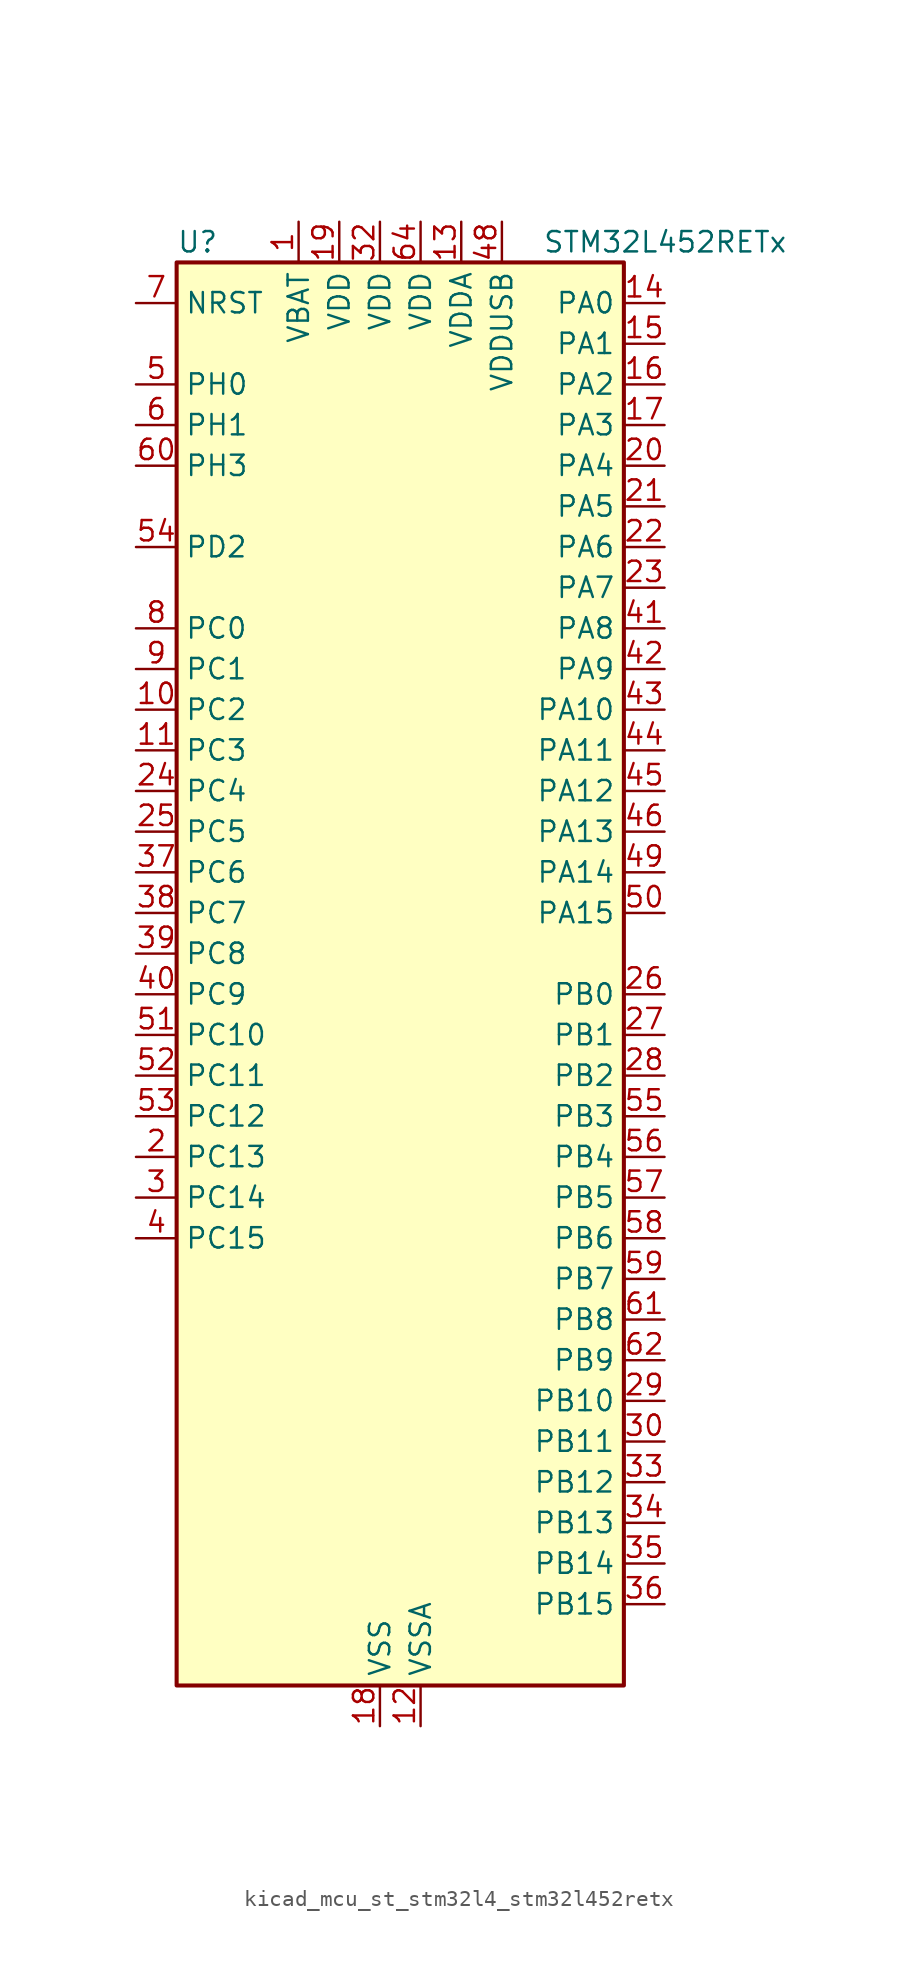
<source format=kicad_sym>
(kicad_symbol_lib
  (version 20220914)
  (generator kicad_symbol_editor)
  (symbol "kicad_mcu_st_stm32l4_stm32l452retx"
    (property "Reference" "U"
      (at -12.7 46.99 0)
      (effects (font (size 1.27 1.27)) (justify left)))
    (property "Value" "STM32L452RETx"
      (at 10.16 46.99 0)
      (effects (font (size 1.27 1.27)) (justify left)))
    (property "ki_locked" ""
      (at 0 0 0)
      (effects (font (size 1.27 1.27))))
    (symbol "kicad_mcu_st_stm32l4_stm32l452retx_0_1"
      (rectangle (start -12.7 -43.18) (end 15.24 45.72) (stroke (width 0.254) (type default)) (fill (type background))))
    (symbol "kicad_mcu_st_stm32l4_stm32l452retx_1_1"
      (pin power_in line (at -5.08 48.26 270) (length 2.54) (name "VBAT" (effects (font (size 1.27 1.27)))) (number "1" (effects (font (size 1.27 1.27)))))
      (pin bidirectional line (at -15.24 17.78 0) (length 2.54) (name "PC2" (effects (font (size 1.27 1.27)))) (number "10" (effects (font (size 1.27 1.27)))) (alternate "ADC1_IN3" bidirectional line) (alternate "DFSDM1_CKOUT" bidirectional line) (alternate "LPTIM1_IN2" bidirectional line) (alternate "SPI2_MISO" bidirectional line))
      (pin bidirectional line (at -15.24 15.24 0) (length 2.54) (name "PC3" (effects (font (size 1.27 1.27)))) (number "11" (effects (font (size 1.27 1.27)))) (alternate "ADC1_IN4" bidirectional line) (alternate "LPTIM1_ETR" bidirectional line) (alternate "LPTIM2_ETR" bidirectional line) (alternate "SAI1_SD_A" bidirectional line) (alternate "SPI2_MOSI" bidirectional line))
      (pin power_in line (at 2.54 -45.72 90) (length 2.54) (name "VSSA" (effects (font (size 1.27 1.27)))) (number "12" (effects (font (size 1.27 1.27)))))
      (pin power_in line (at 5.08 48.26 270) (length 2.54) (name "VDDA" (effects (font (size 1.27 1.27)))) (number "13" (effects (font (size 1.27 1.27)))))
      (pin bidirectional line (at 17.78 43.18 180) (length 2.54) (name "PA0" (effects (font (size 1.27 1.27)))) (number "14" (effects (font (size 1.27 1.27)))) (alternate "ADC1_IN5" bidirectional line) (alternate "COMP1_INM" bidirectional line) (alternate "COMP1_OUT" bidirectional line) (alternate "OPAMP1_VINP" bidirectional line) (alternate "RTC_TAMP2" bidirectional line) (alternate "SAI1_EXTCLK" bidirectional line) (alternate "SYS_WKUP1" bidirectional line) (alternate "TIM2_CH1" bidirectional line) (alternate "TIM2_ETR" bidirectional line) (alternate "UART4_TX" bidirectional line) (alternate "USART2_CTS" bidirectional line))
      (pin bidirectional line (at 17.78 40.64 180) (length 2.54) (name "PA1" (effects (font (size 1.27 1.27)))) (number "15" (effects (font (size 1.27 1.27)))) (alternate "ADC1_IN6" bidirectional line) (alternate "COMP1_INP" bidirectional line) (alternate "I2C1_SMBA" bidirectional line) (alternate "OPAMP1_VINM" bidirectional line) (alternate "SPI1_SCK" bidirectional line) (alternate "TIM15_CH1N" bidirectional line) (alternate "TIM2_CH2" bidirectional line) (alternate "UART4_RX" bidirectional line) (alternate "USART2_DE" bidirectional line) (alternate "USART2_RTS" bidirectional line))
      (pin bidirectional line (at 17.78 38.1 180) (length 2.54) (name "PA2" (effects (font (size 1.27 1.27)))) (number "16" (effects (font (size 1.27 1.27)))) (alternate "ADC1_IN7" bidirectional line) (alternate "COMP2_INM" bidirectional line) (alternate "COMP2_OUT" bidirectional line) (alternate "LPUART1_TX" bidirectional line) (alternate "QUADSPI_BK1_NCS" bidirectional line) (alternate "RCC_LSCO" bidirectional line) (alternate "SYS_WKUP4" bidirectional line) (alternate "TIM15_CH1" bidirectional line) (alternate "TIM2_CH3" bidirectional line) (alternate "USART2_TX" bidirectional line))
      (pin bidirectional line (at 17.78 35.56 180) (length 2.54) (name "PA3" (effects (font (size 1.27 1.27)))) (number "17" (effects (font (size 1.27 1.27)))) (alternate "ADC1_IN8" bidirectional line) (alternate "COMP2_INP" bidirectional line) (alternate "LPUART1_RX" bidirectional line) (alternate "OPAMP1_VOUT" bidirectional line) (alternate "QUADSPI_CLK" bidirectional line) (alternate "SAI1_MCLK_A" bidirectional line) (alternate "TIM15_CH2" bidirectional line) (alternate "TIM2_CH4" bidirectional line) (alternate "USART2_RX" bidirectional line))
      (pin power_in line (at 0 -45.72 90) (length 2.54) (name "VSS" (effects (font (size 1.27 1.27)))) (number "18" (effects (font (size 1.27 1.27)))))
      (pin power_in line (at -2.54 48.26 270) (length 2.54) (name "VDD" (effects (font (size 1.27 1.27)))) (number "19" (effects (font (size 1.27 1.27)))))
      (pin bidirectional line (at -15.24 -10.16 0) (length 2.54) (name "PC13" (effects (font (size 1.27 1.27)))) (number "2" (effects (font (size 1.27 1.27)))) (alternate "RTC_OUT_ALARM" bidirectional line) (alternate "RTC_OUT_CALIB" bidirectional line) (alternate "RTC_TAMP1" bidirectional line) (alternate "RTC_TS" bidirectional line) (alternate "SYS_WKUP2" bidirectional line))
      (pin bidirectional line (at 17.78 33.02 180) (length 2.54) (name "PA4" (effects (font (size 1.27 1.27)))) (number "20" (effects (font (size 1.27 1.27)))) (alternate "ADC1_IN9" bidirectional line) (alternate "COMP1_INM" bidirectional line) (alternate "COMP2_INM" bidirectional line) (alternate "DAC1_OUT1" bidirectional line) (alternate "LPTIM2_OUT" bidirectional line) (alternate "SAI1_FS_B" bidirectional line) (alternate "SPI1_NSS" bidirectional line) (alternate "SPI3_NSS" bidirectional line) (alternate "USART2_CK" bidirectional line))
      (pin bidirectional line (at 17.78 30.48 180) (length 2.54) (name "PA5" (effects (font (size 1.27 1.27)))) (number "21" (effects (font (size 1.27 1.27)))) (alternate "ADC1_IN10" bidirectional line) (alternate "COMP1_INM" bidirectional line) (alternate "COMP2_INM" bidirectional line) (alternate "DFSDM1_CKOUT" bidirectional line) (alternate "LPTIM2_ETR" bidirectional line) (alternate "SPI1_SCK" bidirectional line) (alternate "TIM2_CH1" bidirectional line) (alternate "TIM2_ETR" bidirectional line))
      (pin bidirectional line (at 17.78 27.94 180) (length 2.54) (name "PA6" (effects (font (size 1.27 1.27)))) (number "22" (effects (font (size 1.27 1.27)))) (alternate "ADC1_IN11" bidirectional line) (alternate "COMP1_OUT" bidirectional line) (alternate "LPUART1_CTS" bidirectional line) (alternate "QUADSPI_BK1_IO3" bidirectional line) (alternate "SPI1_MISO" bidirectional line) (alternate "TIM16_CH1" bidirectional line) (alternate "TIM1_BKIN" bidirectional line) (alternate "TIM1_BKIN_COMP2" bidirectional line) (alternate "TIM3_CH1" bidirectional line) (alternate "USART3_CTS" bidirectional line))
      (pin bidirectional line (at 17.78 25.4 180) (length 2.54) (name "PA7" (effects (font (size 1.27 1.27)))) (number "23" (effects (font (size 1.27 1.27)))) (alternate "ADC1_IN12" bidirectional line) (alternate "COMP2_OUT" bidirectional line) (alternate "DFSDM1_DATIN0" bidirectional line) (alternate "I2C3_SCL" bidirectional line) (alternate "QUADSPI_BK1_IO2" bidirectional line) (alternate "SPI1_MOSI" bidirectional line) (alternate "TIM1_CH1N" bidirectional line) (alternate "TIM3_CH2" bidirectional line))
      (pin bidirectional line (at -15.24 12.7 0) (length 2.54) (name "PC4" (effects (font (size 1.27 1.27)))) (number "24" (effects (font (size 1.27 1.27)))) (alternate "ADC1_IN13" bidirectional line) (alternate "COMP1_INM" bidirectional line) (alternate "USART3_TX" bidirectional line))
      (pin bidirectional line (at -15.24 10.16 0) (length 2.54) (name "PC5" (effects (font (size 1.27 1.27)))) (number "25" (effects (font (size 1.27 1.27)))) (alternate "ADC1_IN14" bidirectional line) (alternate "COMP1_INP" bidirectional line) (alternate "SYS_WKUP5" bidirectional line) (alternate "USART3_RX" bidirectional line))
      (pin bidirectional line (at 17.78 0 180) (length 2.54) (name "PB0" (effects (font (size 1.27 1.27)))) (number "26" (effects (font (size 1.27 1.27)))) (alternate "ADC1_IN15" bidirectional line) (alternate "COMP1_OUT" bidirectional line) (alternate "DFSDM1_CKIN0" bidirectional line) (alternate "QUADSPI_BK1_IO1" bidirectional line) (alternate "SAI1_EXTCLK" bidirectional line) (alternate "SPI1_NSS" bidirectional line) (alternate "TIM1_CH2N" bidirectional line) (alternate "TIM3_CH3" bidirectional line) (alternate "USART3_CK" bidirectional line))
      (pin bidirectional line (at 17.78 -2.54 180) (length 2.54) (name "PB1" (effects (font (size 1.27 1.27)))) (number "27" (effects (font (size 1.27 1.27)))) (alternate "ADC1_IN16" bidirectional line) (alternate "COMP1_INM" bidirectional line) (alternate "DFSDM1_DATIN0" bidirectional line) (alternate "LPTIM2_IN1" bidirectional line) (alternate "LPUART1_DE" bidirectional line) (alternate "LPUART1_RTS" bidirectional line) (alternate "QUADSPI_BK1_IO0" bidirectional line) (alternate "TIM1_CH3N" bidirectional line) (alternate "TIM3_CH4" bidirectional line) (alternate "USART3_DE" bidirectional line) (alternate "USART3_RTS" bidirectional line))
      (pin bidirectional line (at 17.78 -5.08 180) (length 2.54) (name "PB2" (effects (font (size 1.27 1.27)))) (number "28" (effects (font (size 1.27 1.27)))) (alternate "COMP1_INP" bidirectional line) (alternate "DFSDM1_CKIN0" bidirectional line) (alternate "I2C3_SMBA" bidirectional line) (alternate "LPTIM1_OUT" bidirectional line) (alternate "RTC_OUT_ALARM" bidirectional line) (alternate "RTC_OUT_CALIB" bidirectional line))
      (pin bidirectional line (at 17.78 -25.4 180) (length 2.54) (name "PB10" (effects (font (size 1.27 1.27)))) (number "29" (effects (font (size 1.27 1.27)))) (alternate "COMP1_OUT" bidirectional line) (alternate "I2C2_SCL" bidirectional line) (alternate "I2C4_SCL" bidirectional line) (alternate "LPUART1_RX" bidirectional line) (alternate "QUADSPI_CLK" bidirectional line) (alternate "SAI1_SCK_A" bidirectional line) (alternate "SPI2_SCK" bidirectional line) (alternate "TIM2_CH3" bidirectional line) (alternate "TSC_SYNC" bidirectional line) (alternate "USART3_TX" bidirectional line))
      (pin bidirectional line (at -15.24 -12.7 0) (length 2.54) (name "PC14" (effects (font (size 1.27 1.27)))) (number "3" (effects (font (size 1.27 1.27)))) (alternate "RCC_OSC32_IN" bidirectional line))
      (pin bidirectional line (at 17.78 -27.94 180) (length 2.54) (name "PB11" (effects (font (size 1.27 1.27)))) (number "30" (effects (font (size 1.27 1.27)))) (alternate "ADC1_EXTI11" bidirectional line) (alternate "COMP2_OUT" bidirectional line) (alternate "I2C2_SDA" bidirectional line) (alternate "I2C4_SDA" bidirectional line) (alternate "LPUART1_TX" bidirectional line) (alternate "QUADSPI_BK1_NCS" bidirectional line) (alternate "TIM2_CH4" bidirectional line) (alternate "USART3_RX" bidirectional line))
      (pin passive line (at 0 -45.72 90) (length 2.54) hide (name "VSS" (effects (font (size 1.27 1.27)))) (number "31" (effects (font (size 1.27 1.27)))))
      (pin power_in line (at 0 48.26 270) (length 2.54) (name "VDD" (effects (font (size 1.27 1.27)))) (number "32" (effects (font (size 1.27 1.27)))))
      (pin bidirectional line (at 17.78 -30.48 180) (length 2.54) (name "PB12" (effects (font (size 1.27 1.27)))) (number "33" (effects (font (size 1.27 1.27)))) (alternate "CAN1_RX" bidirectional line) (alternate "DFSDM1_DATIN1" bidirectional line) (alternate "I2C2_SMBA" bidirectional line) (alternate "LPUART1_DE" bidirectional line) (alternate "LPUART1_RTS" bidirectional line) (alternate "SAI1_FS_A" bidirectional line) (alternate "SPI2_NSS" bidirectional line) (alternate "TIM15_BKIN" bidirectional line) (alternate "TIM1_BKIN" bidirectional line) (alternate "TIM1_BKIN_COMP2" bidirectional line) (alternate "TSC_G1_IO1" bidirectional line) (alternate "USART3_CK" bidirectional line))
      (pin bidirectional line (at 17.78 -33.02 180) (length 2.54) (name "PB13" (effects (font (size 1.27 1.27)))) (number "34" (effects (font (size 1.27 1.27)))) (alternate "CAN1_TX" bidirectional line) (alternate "DFSDM1_CKIN1" bidirectional line) (alternate "I2C2_SCL" bidirectional line) (alternate "LPUART1_CTS" bidirectional line) (alternate "SAI1_SCK_A" bidirectional line) (alternate "SPI2_SCK" bidirectional line) (alternate "TIM15_CH1N" bidirectional line) (alternate "TIM1_CH1N" bidirectional line) (alternate "TSC_G1_IO2" bidirectional line) (alternate "USART3_CTS" bidirectional line))
      (pin bidirectional line (at 17.78 -35.56 180) (length 2.54) (name "PB14" (effects (font (size 1.27 1.27)))) (number "35" (effects (font (size 1.27 1.27)))) (alternate "DFSDM1_DATIN2" bidirectional line) (alternate "I2C2_SDA" bidirectional line) (alternate "SAI1_MCLK_A" bidirectional line) (alternate "SPI2_MISO" bidirectional line) (alternate "TIM15_CH1" bidirectional line) (alternate "TIM1_CH2N" bidirectional line) (alternate "TSC_G1_IO3" bidirectional line) (alternate "USART3_DE" bidirectional line) (alternate "USART3_RTS" bidirectional line))
      (pin bidirectional line (at 17.78 -38.1 180) (length 2.54) (name "PB15" (effects (font (size 1.27 1.27)))) (number "36" (effects (font (size 1.27 1.27)))) (alternate "ADC1_EXTI15" bidirectional line) (alternate "DFSDM1_CKIN2" bidirectional line) (alternate "RTC_REFIN" bidirectional line) (alternate "SAI1_SD_A" bidirectional line) (alternate "SPI2_MOSI" bidirectional line) (alternate "TIM15_CH2" bidirectional line) (alternate "TIM1_CH3N" bidirectional line) (alternate "TSC_G1_IO4" bidirectional line))
      (pin bidirectional line (at -15.24 7.62 0) (length 2.54) (name "PC6" (effects (font (size 1.27 1.27)))) (number "37" (effects (font (size 1.27 1.27)))) (alternate "DFSDM1_CKIN3" bidirectional line) (alternate "SDMMC1_D6" bidirectional line) (alternate "TIM3_CH1" bidirectional line) (alternate "TSC_G4_IO1" bidirectional line))
      (pin bidirectional line (at -15.24 5.08 0) (length 2.54) (name "PC7" (effects (font (size 1.27 1.27)))) (number "38" (effects (font (size 1.27 1.27)))) (alternate "DFSDM1_DATIN3" bidirectional line) (alternate "SDMMC1_D7" bidirectional line) (alternate "TIM3_CH2" bidirectional line) (alternate "TSC_G4_IO2" bidirectional line))
      (pin bidirectional line (at -15.24 2.54 0) (length 2.54) (name "PC8" (effects (font (size 1.27 1.27)))) (number "39" (effects (font (size 1.27 1.27)))) (alternate "SDMMC1_D0" bidirectional line) (alternate "TIM3_CH3" bidirectional line) (alternate "TSC_G4_IO3" bidirectional line))
      (pin bidirectional line (at -15.24 -15.24 0) (length 2.54) (name "PC15" (effects (font (size 1.27 1.27)))) (number "4" (effects (font (size 1.27 1.27)))) (alternate "ADC1_EXTI15" bidirectional line) (alternate "RCC_OSC32_OUT" bidirectional line))
      (pin bidirectional line (at -15.24 0 0) (length 2.54) (name "PC9" (effects (font (size 1.27 1.27)))) (number "40" (effects (font (size 1.27 1.27)))) (alternate "DAC1_EXTI9" bidirectional line) (alternate "SDMMC1_D1" bidirectional line) (alternate "TIM3_CH4" bidirectional line) (alternate "TSC_G4_IO4" bidirectional line) (alternate "USB_NOE" bidirectional line))
      (pin bidirectional line (at 17.78 22.86 180) (length 2.54) (name "PA8" (effects (font (size 1.27 1.27)))) (number "41" (effects (font (size 1.27 1.27)))) (alternate "DFSDM1_CKIN1" bidirectional line) (alternate "LPTIM2_OUT" bidirectional line) (alternate "RCC_MCO" bidirectional line) (alternate "SAI1_SCK_A" bidirectional line) (alternate "TIM1_CH1" bidirectional line) (alternate "USART1_CK" bidirectional line))
      (pin bidirectional line (at 17.78 20.32 180) (length 2.54) (name "PA9" (effects (font (size 1.27 1.27)))) (number "42" (effects (font (size 1.27 1.27)))) (alternate "DAC1_EXTI9" bidirectional line) (alternate "DFSDM1_DATIN1" bidirectional line) (alternate "I2C1_SCL" bidirectional line) (alternate "SAI1_FS_A" bidirectional line) (alternate "TIM15_BKIN" bidirectional line) (alternate "TIM1_CH2" bidirectional line) (alternate "USART1_TX" bidirectional line))
      (pin bidirectional line (at 17.78 17.78 180) (length 2.54) (name "PA10" (effects (font (size 1.27 1.27)))) (number "43" (effects (font (size 1.27 1.27)))) (alternate "CRS_SYNC" bidirectional line) (alternate "I2C1_SDA" bidirectional line) (alternate "SAI1_SD_A" bidirectional line) (alternate "TIM1_CH3" bidirectional line) (alternate "USART1_RX" bidirectional line))
      (pin bidirectional line (at 17.78 15.24 180) (length 2.54) (name "PA11" (effects (font (size 1.27 1.27)))) (number "44" (effects (font (size 1.27 1.27)))) (alternate "ADC1_EXTI11" bidirectional line) (alternate "CAN1_RX" bidirectional line) (alternate "COMP1_OUT" bidirectional line) (alternate "SPI1_MISO" bidirectional line) (alternate "TIM1_BKIN2" bidirectional line) (alternate "TIM1_BKIN2_COMP1" bidirectional line) (alternate "TIM1_CH4" bidirectional line) (alternate "USART1_CTS" bidirectional line) (alternate "USB_DM" bidirectional line))
      (pin bidirectional line (at 17.78 12.7 180) (length 2.54) (name "PA12" (effects (font (size 1.27 1.27)))) (number "45" (effects (font (size 1.27 1.27)))) (alternate "CAN1_TX" bidirectional line) (alternate "SPI1_MOSI" bidirectional line) (alternate "TIM1_ETR" bidirectional line) (alternate "USART1_DE" bidirectional line) (alternate "USART1_RTS" bidirectional line) (alternate "USB_DP" bidirectional line))
      (pin bidirectional line (at 17.78 10.16 180) (length 2.54) (name "PA13" (effects (font (size 1.27 1.27)))) (number "46" (effects (font (size 1.27 1.27)))) (alternate "IR_OUT" bidirectional line) (alternate "SAI1_SD_B" bidirectional line) (alternate "SYS_JTMS-SWDIO" bidirectional line) (alternate "USB_NOE" bidirectional line))
      (pin passive line (at 0 -45.72 90) (length 2.54) hide (name "VSS" (effects (font (size 1.27 1.27)))) (number "47" (effects (font (size 1.27 1.27)))))
      (pin power_in line (at 7.62 48.26 270) (length 2.54) (name "VDDUSB" (effects (font (size 1.27 1.27)))) (number "48" (effects (font (size 1.27 1.27)))))
      (pin bidirectional line (at 17.78 7.62 180) (length 2.54) (name "PA14" (effects (font (size 1.27 1.27)))) (number "49" (effects (font (size 1.27 1.27)))) (alternate "I2C1_SMBA" bidirectional line) (alternate "I2C4_SMBA" bidirectional line) (alternate "LPTIM1_OUT" bidirectional line) (alternate "SAI1_FS_B" bidirectional line) (alternate "SYS_JTCK-SWCLK" bidirectional line))
      (pin bidirectional line (at -15.24 38.1 0) (length 2.54) (name "PH0" (effects (font (size 1.27 1.27)))) (number "5" (effects (font (size 1.27 1.27)))) (alternate "RCC_OSC_IN" bidirectional line))
      (pin bidirectional line (at 17.78 5.08 180) (length 2.54) (name "PA15" (effects (font (size 1.27 1.27)))) (number "50" (effects (font (size 1.27 1.27)))) (alternate "ADC1_EXTI15" bidirectional line) (alternate "SPI1_NSS" bidirectional line) (alternate "SPI3_NSS" bidirectional line) (alternate "SYS_JTDI" bidirectional line) (alternate "TIM2_CH1" bidirectional line) (alternate "TIM2_ETR" bidirectional line) (alternate "TSC_G3_IO1" bidirectional line) (alternate "UART4_DE" bidirectional line) (alternate "UART4_RTS" bidirectional line) (alternate "USART2_RX" bidirectional line) (alternate "USART3_DE" bidirectional line) (alternate "USART3_RTS" bidirectional line))
      (pin bidirectional line (at -15.24 -2.54 0) (length 2.54) (name "PC10" (effects (font (size 1.27 1.27)))) (number "51" (effects (font (size 1.27 1.27)))) (alternate "SDMMC1_D2" bidirectional line) (alternate "SPI3_SCK" bidirectional line) (alternate "SYS_TRACED1" bidirectional line) (alternate "TSC_G3_IO2" bidirectional line) (alternate "UART4_TX" bidirectional line) (alternate "USART3_TX" bidirectional line))
      (pin bidirectional line (at -15.24 -5.08 0) (length 2.54) (name "PC11" (effects (font (size 1.27 1.27)))) (number "52" (effects (font (size 1.27 1.27)))) (alternate "ADC1_EXTI11" bidirectional line) (alternate "SDMMC1_D3" bidirectional line) (alternate "SPI3_MISO" bidirectional line) (alternate "TSC_G3_IO3" bidirectional line) (alternate "UART4_RX" bidirectional line) (alternate "USART3_RX" bidirectional line))
      (pin bidirectional line (at -15.24 -7.62 0) (length 2.54) (name "PC12" (effects (font (size 1.27 1.27)))) (number "53" (effects (font (size 1.27 1.27)))) (alternate "SDMMC1_CK" bidirectional line) (alternate "SPI3_MOSI" bidirectional line) (alternate "SYS_TRACED3" bidirectional line) (alternate "TSC_G3_IO4" bidirectional line) (alternate "USART3_CK" bidirectional line))
      (pin bidirectional line (at -15.24 27.94 0) (length 2.54) (name "PD2" (effects (font (size 1.27 1.27)))) (number "54" (effects (font (size 1.27 1.27)))) (alternate "SDMMC1_CMD" bidirectional line) (alternate "SYS_TRACED2" bidirectional line) (alternate "TIM3_ETR" bidirectional line) (alternate "TSC_SYNC" bidirectional line) (alternate "USART3_DE" bidirectional line) (alternate "USART3_RTS" bidirectional line))
      (pin bidirectional line (at 17.78 -7.62 180) (length 2.54) (name "PB3" (effects (font (size 1.27 1.27)))) (number "55" (effects (font (size 1.27 1.27)))) (alternate "COMP2_INM" bidirectional line) (alternate "SAI1_SCK_B" bidirectional line) (alternate "SPI1_SCK" bidirectional line) (alternate "SPI3_SCK" bidirectional line) (alternate "SYS_JTDO-SWO" bidirectional line) (alternate "TIM2_CH2" bidirectional line) (alternate "USART1_DE" bidirectional line) (alternate "USART1_RTS" bidirectional line))
      (pin bidirectional line (at 17.78 -10.16 180) (length 2.54) (name "PB4" (effects (font (size 1.27 1.27)))) (number "56" (effects (font (size 1.27 1.27)))) (alternate "COMP2_INP" bidirectional line) (alternate "I2C3_SDA" bidirectional line) (alternate "SAI1_MCLK_B" bidirectional line) (alternate "SPI1_MISO" bidirectional line) (alternate "SPI3_MISO" bidirectional line) (alternate "SYS_JTRST" bidirectional line) (alternate "TIM3_CH1" bidirectional line) (alternate "TSC_G2_IO1" bidirectional line) (alternate "USART1_CTS" bidirectional line))
      (pin bidirectional line (at 17.78 -12.7 180) (length 2.54) (name "PB5" (effects (font (size 1.27 1.27)))) (number "57" (effects (font (size 1.27 1.27)))) (alternate "CAN1_RX" bidirectional line) (alternate "COMP2_OUT" bidirectional line) (alternate "I2C1_SMBA" bidirectional line) (alternate "LPTIM1_IN1" bidirectional line) (alternate "SAI1_SD_B" bidirectional line) (alternate "SPI1_MOSI" bidirectional line) (alternate "SPI3_MOSI" bidirectional line) (alternate "TIM16_BKIN" bidirectional line) (alternate "TIM3_CH2" bidirectional line) (alternate "TSC_G2_IO2" bidirectional line) (alternate "USART1_CK" bidirectional line))
      (pin bidirectional line (at 17.78 -15.24 180) (length 2.54) (name "PB6" (effects (font (size 1.27 1.27)))) (number "58" (effects (font (size 1.27 1.27)))) (alternate "CAN1_TX" bidirectional line) (alternate "COMP2_INP" bidirectional line) (alternate "I2C1_SCL" bidirectional line) (alternate "I2C4_SCL" bidirectional line) (alternate "LPTIM1_ETR" bidirectional line) (alternate "SAI1_FS_B" bidirectional line) (alternate "TIM16_CH1N" bidirectional line) (alternate "TSC_G2_IO3" bidirectional line) (alternate "USART1_TX" bidirectional line))
      (pin bidirectional line (at 17.78 -17.78 180) (length 2.54) (name "PB7" (effects (font (size 1.27 1.27)))) (number "59" (effects (font (size 1.27 1.27)))) (alternate "COMP2_INM" bidirectional line) (alternate "I2C1_SDA" bidirectional line) (alternate "I2C4_SDA" bidirectional line) (alternate "LPTIM1_IN2" bidirectional line) (alternate "SYS_PVD_IN" bidirectional line) (alternate "TSC_G2_IO4" bidirectional line) (alternate "UART4_CTS" bidirectional line) (alternate "USART1_RX" bidirectional line))
      (pin bidirectional line (at -15.24 35.56 0) (length 2.54) (name "PH1" (effects (font (size 1.27 1.27)))) (number "6" (effects (font (size 1.27 1.27)))) (alternate "RCC_OSC_OUT" bidirectional line))
      (pin bidirectional line (at -15.24 33.02 0) (length 2.54) (name "PH3" (effects (font (size 1.27 1.27)))) (number "60" (effects (font (size 1.27 1.27)))))
      (pin bidirectional line (at 17.78 -20.32 180) (length 2.54) (name "PB8" (effects (font (size 1.27 1.27)))) (number "61" (effects (font (size 1.27 1.27)))) (alternate "CAN1_RX" bidirectional line) (alternate "I2C1_SCL" bidirectional line) (alternate "SAI1_MCLK_A" bidirectional line) (alternate "SDMMC1_D4" bidirectional line) (alternate "TIM16_CH1" bidirectional line))
      (pin bidirectional line (at 17.78 -22.86 180) (length 2.54) (name "PB9" (effects (font (size 1.27 1.27)))) (number "62" (effects (font (size 1.27 1.27)))) (alternate "CAN1_TX" bidirectional line) (alternate "DAC1_EXTI9" bidirectional line) (alternate "I2C1_SDA" bidirectional line) (alternate "IR_OUT" bidirectional line) (alternate "SAI1_FS_A" bidirectional line) (alternate "SDMMC1_D5" bidirectional line) (alternate "SPI2_NSS" bidirectional line))
      (pin passive line (at 0 -45.72 90) (length 2.54) hide (name "VSS" (effects (font (size 1.27 1.27)))) (number "63" (effects (font (size 1.27 1.27)))))
      (pin power_in line (at 2.54 48.26 270) (length 2.54) (name "VDD" (effects (font (size 1.27 1.27)))) (number "64" (effects (font (size 1.27 1.27)))))
      (pin input line (at -15.24 43.18 0) (length 2.54) (name "NRST" (effects (font (size 1.27 1.27)))) (number "7" (effects (font (size 1.27 1.27)))))
      (pin bidirectional line (at -15.24 22.86 0) (length 2.54) (name "PC0" (effects (font (size 1.27 1.27)))) (number "8" (effects (font (size 1.27 1.27)))) (alternate "ADC1_IN1" bidirectional line) (alternate "I2C3_SCL" bidirectional line) (alternate "I2C4_SCL" bidirectional line) (alternate "LPTIM1_IN1" bidirectional line) (alternate "LPTIM2_IN1" bidirectional line) (alternate "LPUART1_RX" bidirectional line))
      (pin bidirectional line (at -15.24 20.32 0) (length 2.54) (name "PC1" (effects (font (size 1.27 1.27)))) (number "9" (effects (font (size 1.27 1.27)))) (alternate "ADC1_IN2" bidirectional line) (alternate "I2C3_SDA" bidirectional line) (alternate "I2C4_SDA" bidirectional line) (alternate "LPTIM1_OUT" bidirectional line) (alternate "LPUART1_TX" bidirectional line) (alternate "SYS_TRACED0" bidirectional line)))))
</source>
